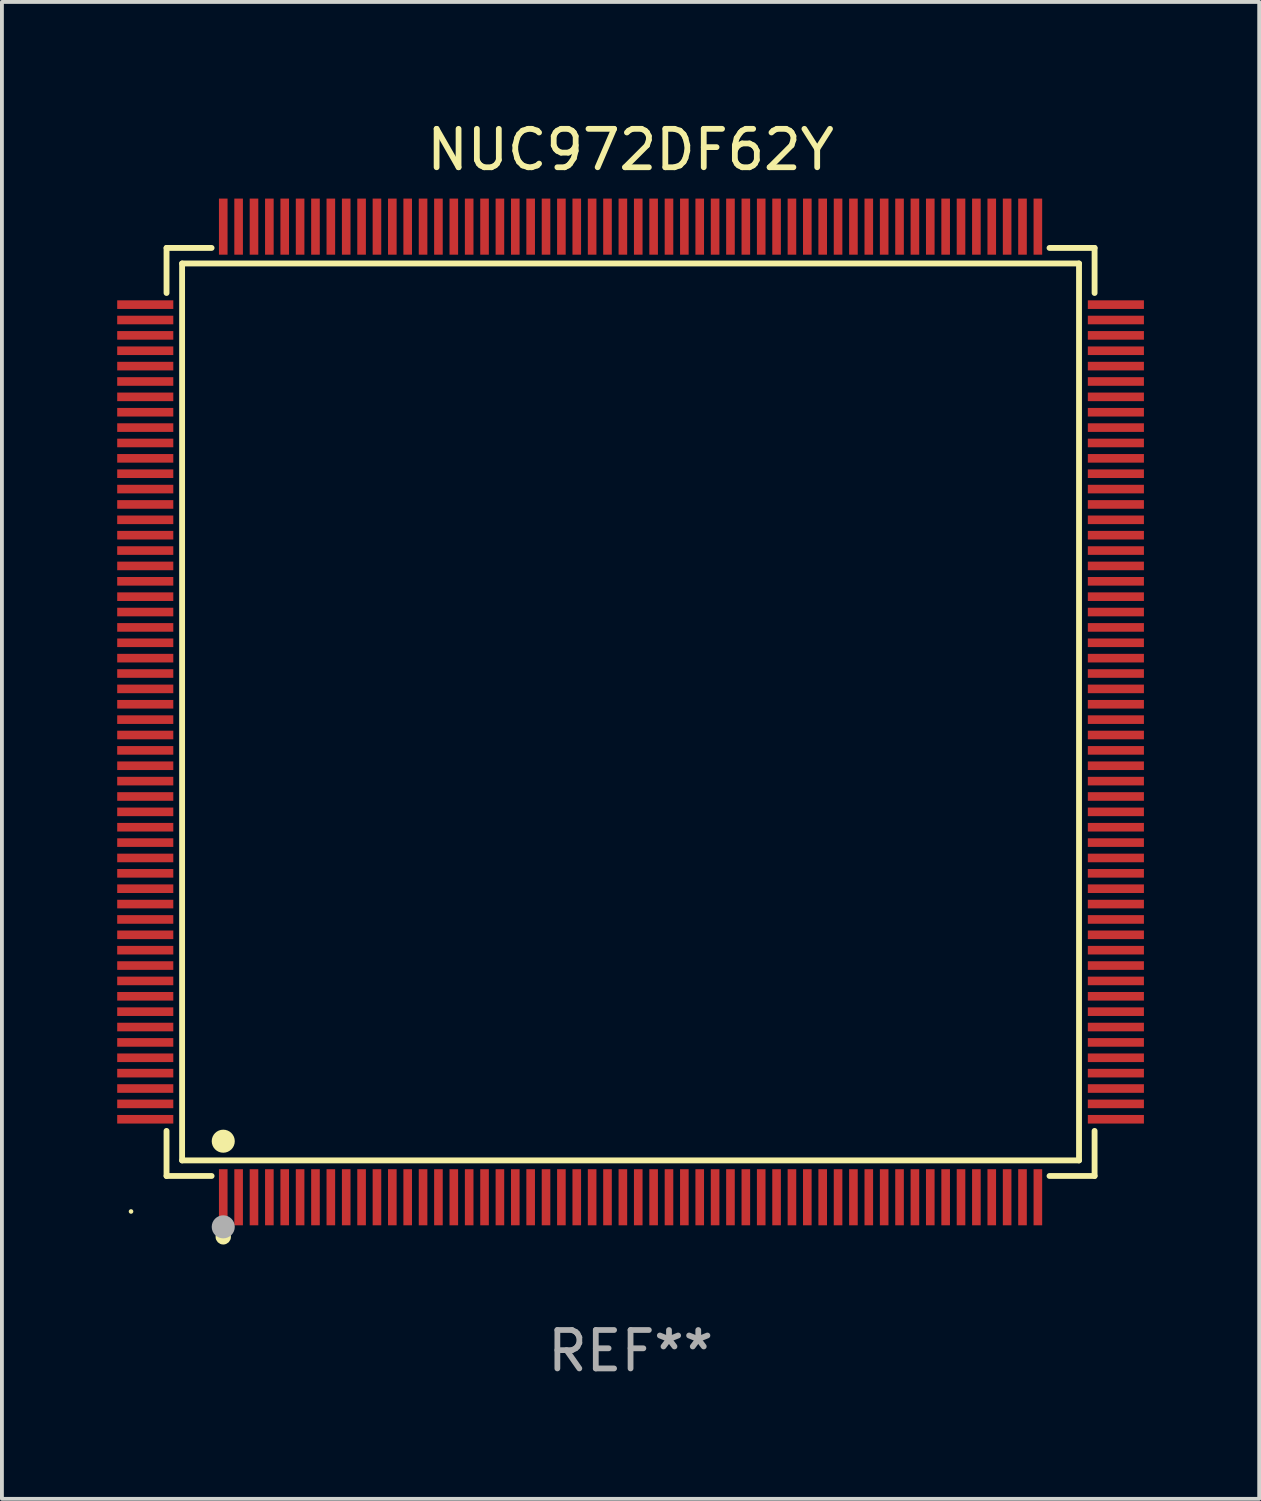
<source format=kicad_pcb>
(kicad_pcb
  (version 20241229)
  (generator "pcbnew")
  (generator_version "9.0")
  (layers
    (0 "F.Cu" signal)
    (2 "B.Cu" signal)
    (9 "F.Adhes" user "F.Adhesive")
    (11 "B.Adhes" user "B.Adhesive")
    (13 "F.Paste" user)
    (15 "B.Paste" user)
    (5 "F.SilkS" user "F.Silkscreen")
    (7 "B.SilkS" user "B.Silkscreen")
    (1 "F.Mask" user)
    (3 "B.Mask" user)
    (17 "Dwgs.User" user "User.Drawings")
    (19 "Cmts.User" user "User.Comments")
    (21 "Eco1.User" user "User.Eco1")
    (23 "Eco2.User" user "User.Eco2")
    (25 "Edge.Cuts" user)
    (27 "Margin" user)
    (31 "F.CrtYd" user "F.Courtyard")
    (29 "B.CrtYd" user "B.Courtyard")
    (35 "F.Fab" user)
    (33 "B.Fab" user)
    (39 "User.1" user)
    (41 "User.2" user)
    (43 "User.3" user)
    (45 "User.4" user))
  (footprint "NUC972DF62Y"
    (layer "F.Cu")
    (at 13.36 15.478)
    (property "Reference" "NUC972DF62Y" (at 0 -14.63 0) (layer "F.SilkS") (effects (font (size 1 1) (thickness 0.15))))
    (attr through_hole)
    (fp_line (start -12.076 -12.076) (end -10.903 -12.076) (stroke (width 0.152) (type solid)) (layer "F.SilkS"))
    (fp_line (start -12.076 -10.903) (end -12.076 -12.076) (stroke (width 0.152) (type solid)) (layer "F.SilkS"))
    (fp_line (start -12.076 10.903) (end -12.076 12.076) (stroke (width 0.152) (type solid)) (layer "F.SilkS"))
    (fp_line (start -12.076 12.076) (end -10.903 12.076) (stroke (width 0.152) (type solid)) (layer "F.SilkS"))
    (fp_line (start -11.671 -11.671) (end 11.671 -11.671) (stroke (width 0.152) (type solid)) (layer "F.SilkS"))
    (fp_line (start -11.671 11.671) (end -11.671 -11.671) (stroke (width 0.152) (type solid)) (layer "F.SilkS"))
    (fp_line (start 11.671 -11.671) (end 11.671 11.671) (stroke (width 0.152) (type solid)) (layer "F.SilkS"))
    (fp_line (start 11.671 11.671) (end -11.671 11.671) (stroke (width 0.152) (type solid)) (layer "F.SilkS"))
    (fp_line (start 12.076 -12.076) (end 10.903 -12.076) (stroke (width 0.152) (type solid)) (layer "F.SilkS"))
    (fp_line (start 12.076 -10.903) (end 12.076 -12.076) (stroke (width 0.152) (type solid)) (layer "F.SilkS"))
    (fp_line (start 12.076 10.903) (end 12.076 12.076) (stroke (width 0.152) (type solid)) (layer "F.SilkS"))
    (fp_line (start 12.076 12.076) (end 10.903 12.076) (stroke (width 0.152) (type solid)) (layer "F.SilkS"))
    (fp_circle (center -13 13) (end -12.97 13) (stroke (width 0.06) (type solid)) (fill no) (layer "F.SilkS"))
    (fp_circle (center -10.6 11.171) (end -10.45 11.171) (stroke (width 0.3) (type solid)) (fill no) (layer "F.SilkS"))
    (fp_circle (center -10.6 13.66) (end -10.5 13.66) (stroke (width 0.2) (type solid)) (fill no) (layer "F.SilkS"))
    (fp_circle (center -10.6 13.4) (end -10.45 13.4) (stroke (width 0.3) (type solid)) (fill no) (layer "F.Fab"))
    (fp_text user "REF**" (at 0 16.63 0) (layer "F.Fab") (effects (font (size 1 1) (thickness 0.15))))
    (pad "1" smd rect (at -10.6 12.63) (size 0.224 1.46) (layers "F.Cu" "F.Mask" "F.Paste"))
    (pad "2" smd rect (at -10.2 12.63) (size 0.224 1.46) (layers "F.Cu" "F.Mask" "F.Paste"))
    (pad "3" smd rect (at -9.8 12.63) (size 0.224 1.46) (layers "F.Cu" "F.Mask" "F.Paste"))
    (pad "4" smd rect (at -9.4 12.63) (size 0.224 1.46) (layers "F.Cu" "F.Mask" "F.Paste"))
    (pad "5" smd rect (at -9 12.63) (size 0.224 1.46) (layers "F.Cu" "F.Mask" "F.Paste"))
    (pad "6" smd rect (at -8.6 12.63) (size 0.224 1.46) (layers "F.Cu" "F.Mask" "F.Paste"))
    (pad "7" smd rect (at -8.2 12.63) (size 0.224 1.46) (layers "F.Cu" "F.Mask" "F.Paste"))
    (pad "8" smd rect (at -7.8 12.63) (size 0.224 1.46) (layers "F.Cu" "F.Mask" "F.Paste"))
    (pad "9" smd rect (at -7.4 12.63) (size 0.224 1.46) (layers "F.Cu" "F.Mask" "F.Paste"))
    (pad "10" smd rect (at -7 12.63) (size 0.224 1.46) (layers "F.Cu" "F.Mask" "F.Paste"))
    (pad "11" smd rect (at -6.6 12.63) (size 0.224 1.46) (layers "F.Cu" "F.Mask" "F.Paste"))
    (pad "12" smd rect (at -6.2 12.63) (size 0.224 1.46) (layers "F.Cu" "F.Mask" "F.Paste"))
    (pad "13" smd rect (at -5.8 12.63) (size 0.224 1.46) (layers "F.Cu" "F.Mask" "F.Paste"))
    (pad "14" smd rect (at -5.4 12.63) (size 0.224 1.46) (layers "F.Cu" "F.Mask" "F.Paste"))
    (pad "15" smd rect (at -5 12.63) (size 0.224 1.46) (layers "F.Cu" "F.Mask" "F.Paste"))
    (pad "16" smd rect (at -4.6 12.63) (size 0.224 1.46) (layers "F.Cu" "F.Mask" "F.Paste"))
    (pad "17" smd rect (at -4.2 12.63) (size 0.224 1.46) (layers "F.Cu" "F.Mask" "F.Paste"))
    (pad "18" smd rect (at -3.8 12.63) (size 0.224 1.46) (layers "F.Cu" "F.Mask" "F.Paste"))
    (pad "19" smd rect (at -3.4 12.63) (size 0.224 1.46) (layers "F.Cu" "F.Mask" "F.Paste"))
    (pad "20" smd rect (at -3 12.63) (size 0.224 1.46) (layers "F.Cu" "F.Mask" "F.Paste"))
    (pad "21" smd rect (at -2.6 12.63) (size 0.224 1.46) (layers "F.Cu" "F.Mask" "F.Paste"))
    (pad "22" smd rect (at -2.2 12.63) (size 0.224 1.46) (layers "F.Cu" "F.Mask" "F.Paste"))
    (pad "23" smd rect (at -1.8 12.63) (size 0.224 1.46) (layers "F.Cu" "F.Mask" "F.Paste"))
    (pad "24" smd rect (at -1.4 12.63) (size 0.224 1.46) (layers "F.Cu" "F.Mask" "F.Paste"))
    (pad "25" smd rect (at -1 12.63) (size 0.224 1.46) (layers "F.Cu" "F.Mask" "F.Paste"))
    (pad "26" smd rect (at -0.6 12.63) (size 0.224 1.46) (layers "F.Cu" "F.Mask" "F.Paste"))
    (pad "27" smd rect (at -0.2 12.63) (size 0.224 1.46) (layers "F.Cu" "F.Mask" "F.Paste"))
    (pad "28" smd rect (at 0.2 12.63) (size 0.224 1.46) (layers "F.Cu" "F.Mask" "F.Paste"))
    (pad "29" smd rect (at 0.6 12.63) (size 0.224 1.46) (layers "F.Cu" "F.Mask" "F.Paste"))
    (pad "30" smd rect (at 1 12.63) (size 0.224 1.46) (layers "F.Cu" "F.Mask" "F.Paste"))
    (pad "31" smd rect (at 1.4 12.63) (size 0.224 1.46) (layers "F.Cu" "F.Mask" "F.Paste"))
    (pad "32" smd rect (at 1.8 12.63) (size 0.224 1.46) (layers "F.Cu" "F.Mask" "F.Paste"))
    (pad "33" smd rect (at 2.2 12.63) (size 0.224 1.46) (layers "F.Cu" "F.Mask" "F.Paste"))
    (pad "34" smd rect (at 2.6 12.63) (size 0.224 1.46) (layers "F.Cu" "F.Mask" "F.Paste"))
    (pad "35" smd rect (at 3 12.63) (size 0.224 1.46) (layers "F.Cu" "F.Mask" "F.Paste"))
    (pad "36" smd rect (at 3.4 12.63) (size 0.224 1.46) (layers "F.Cu" "F.Mask" "F.Paste"))
    (pad "37" smd rect (at 3.8 12.63) (size 0.224 1.46) (layers "F.Cu" "F.Mask" "F.Paste"))
    (pad "38" smd rect (at 4.2 12.63) (size 0.224 1.46) (layers "F.Cu" "F.Mask" "F.Paste"))
    (pad "39" smd rect (at 4.6 12.63) (size 0.224 1.46) (layers "F.Cu" "F.Mask" "F.Paste"))
    (pad "40" smd rect (at 5 12.63) (size 0.224 1.46) (layers "F.Cu" "F.Mask" "F.Paste"))
    (pad "41" smd rect (at 5.4 12.63) (size 0.224 1.46) (layers "F.Cu" "F.Mask" "F.Paste"))
    (pad "42" smd rect (at 5.8 12.63) (size 0.224 1.46) (layers "F.Cu" "F.Mask" "F.Paste"))
    (pad "43" smd rect (at 6.2 12.63) (size 0.224 1.46) (layers "F.Cu" "F.Mask" "F.Paste"))
    (pad "44" smd rect (at 6.6 12.63) (size 0.224 1.46) (layers "F.Cu" "F.Mask" "F.Paste"))
    (pad "45" smd rect (at 7 12.63) (size 0.224 1.46) (layers "F.Cu" "F.Mask" "F.Paste"))
    (pad "46" smd rect (at 7.4 12.63) (size 0.224 1.46) (layers "F.Cu" "F.Mask" "F.Paste"))
    (pad "47" smd rect (at 7.8 12.63) (size 0.224 1.46) (layers "F.Cu" "F.Mask" "F.Paste"))
    (pad "48" smd rect (at 8.2 12.63) (size 0.224 1.46) (layers "F.Cu" "F.Mask" "F.Paste"))
    (pad "49" smd rect (at 8.6 12.63) (size 0.224 1.46) (layers "F.Cu" "F.Mask" "F.Paste"))
    (pad "50" smd rect (at 9 12.63) (size 0.224 1.46) (layers "F.Cu" "F.Mask" "F.Paste"))
    (pad "51" smd rect (at 9.4 12.63) (size 0.224 1.46) (layers "F.Cu" "F.Mask" "F.Paste"))
    (pad "52" smd rect (at 9.8 12.63) (size 0.224 1.46) (layers "F.Cu" "F.Mask" "F.Paste"))
    (pad "53" smd rect (at 10.2 12.63) (size 0.224 1.46) (layers "F.Cu" "F.Mask" "F.Paste"))
    (pad "54" smd rect (at 10.6 12.63) (size 0.224 1.46) (layers "F.Cu" "F.Mask" "F.Paste"))
    (pad "55" smd rect (at 12.63 10.6) (size 1.46 0.224) (layers "F.Cu" "F.Mask" "F.Paste"))
    (pad "56" smd rect (at 12.63 10.2) (size 1.46 0.224) (layers "F.Cu" "F.Mask" "F.Paste"))
    (pad "57" smd rect (at 12.63 9.8) (size 1.46 0.224) (layers "F.Cu" "F.Mask" "F.Paste"))
    (pad "58" smd rect (at 12.63 9.4) (size 1.46 0.224) (layers "F.Cu" "F.Mask" "F.Paste"))
    (pad "59" smd rect (at 12.63 9) (size 1.46 0.224) (layers "F.Cu" "F.Mask" "F.Paste"))
    (pad "60" smd rect (at 12.63 8.6) (size 1.46 0.224) (layers "F.Cu" "F.Mask" "F.Paste"))
    (pad "61" smd rect (at 12.63 8.2) (size 1.46 0.224) (layers "F.Cu" "F.Mask" "F.Paste"))
    (pad "62" smd rect (at 12.63 7.8) (size 1.46 0.224) (layers "F.Cu" "F.Mask" "F.Paste"))
    (pad "63" smd rect (at 12.63 7.4) (size 1.46 0.224) (layers "F.Cu" "F.Mask" "F.Paste"))
    (pad "64" smd rect (at 12.63 7) (size 1.46 0.224) (layers "F.Cu" "F.Mask" "F.Paste"))
    (pad "65" smd rect (at 12.63 6.6) (size 1.46 0.224) (layers "F.Cu" "F.Mask" "F.Paste"))
    (pad "66" smd rect (at 12.63 6.2) (size 1.46 0.224) (layers "F.Cu" "F.Mask" "F.Paste"))
    (pad "67" smd rect (at 12.63 5.8) (size 1.46 0.224) (layers "F.Cu" "F.Mask" "F.Paste"))
    (pad "68" smd rect (at 12.63 5.4) (size 1.46 0.224) (layers "F.Cu" "F.Mask" "F.Paste"))
    (pad "69" smd rect (at 12.63 5) (size 1.46 0.224) (layers "F.Cu" "F.Mask" "F.Paste"))
    (pad "70" smd rect (at 12.63 4.6) (size 1.46 0.224) (layers "F.Cu" "F.Mask" "F.Paste"))
    (pad "71" smd rect (at 12.63 4.2) (size 1.46 0.224) (layers "F.Cu" "F.Mask" "F.Paste"))
    (pad "72" smd rect (at 12.63 3.8) (size 1.46 0.224) (layers "F.Cu" "F.Mask" "F.Paste"))
    (pad "73" smd rect (at 12.63 3.4) (size 1.46 0.224) (layers "F.Cu" "F.Mask" "F.Paste"))
    (pad "74" smd rect (at 12.63 3) (size 1.46 0.224) (layers "F.Cu" "F.Mask" "F.Paste"))
    (pad "75" smd rect (at 12.63 2.6) (size 1.46 0.224) (layers "F.Cu" "F.Mask" "F.Paste"))
    (pad "76" smd rect (at 12.63 2.2) (size 1.46 0.224) (layers "F.Cu" "F.Mask" "F.Paste"))
    (pad "77" smd rect (at 12.63 1.8) (size 1.46 0.224) (layers "F.Cu" "F.Mask" "F.Paste"))
    (pad "78" smd rect (at 12.63 1.4) (size 1.46 0.224) (layers "F.Cu" "F.Mask" "F.Paste"))
    (pad "79" smd rect (at 12.63 1) (size 1.46 0.224) (layers "F.Cu" "F.Mask" "F.Paste"))
    (pad "80" smd rect (at 12.63 0.6) (size 1.46 0.224) (layers "F.Cu" "F.Mask" "F.Paste"))
    (pad "81" smd rect (at 12.63 0.2) (size 1.46 0.224) (layers "F.Cu" "F.Mask" "F.Paste"))
    (pad "82" smd rect (at 12.63 -0.2) (size 1.46 0.224) (layers "F.Cu" "F.Mask" "F.Paste"))
    (pad "83" smd rect (at 12.63 -0.6) (size 1.46 0.224) (layers "F.Cu" "F.Mask" "F.Paste"))
    (pad "84" smd rect (at 12.63 -1) (size 1.46 0.224) (layers "F.Cu" "F.Mask" "F.Paste"))
    (pad "85" smd rect (at 12.63 -1.4) (size 1.46 0.224) (layers "F.Cu" "F.Mask" "F.Paste"))
    (pad "86" smd rect (at 12.63 -1.8) (size 1.46 0.224) (layers "F.Cu" "F.Mask" "F.Paste"))
    (pad "87" smd rect (at 12.63 -2.2) (size 1.46 0.224) (layers "F.Cu" "F.Mask" "F.Paste"))
    (pad "88" smd rect (at 12.63 -2.6) (size 1.46 0.224) (layers "F.Cu" "F.Mask" "F.Paste"))
    (pad "89" smd rect (at 12.63 -3) (size 1.46 0.224) (layers "F.Cu" "F.Mask" "F.Paste"))
    (pad "90" smd rect (at 12.63 -3.4) (size 1.46 0.224) (layers "F.Cu" "F.Mask" "F.Paste"))
    (pad "91" smd rect (at 12.63 -3.8) (size 1.46 0.224) (layers "F.Cu" "F.Mask" "F.Paste"))
    (pad "92" smd rect (at 12.63 -4.2) (size 1.46 0.224) (layers "F.Cu" "F.Mask" "F.Paste"))
    (pad "93" smd rect (at 12.63 -4.6) (size 1.46 0.224) (layers "F.Cu" "F.Mask" "F.Paste"))
    (pad "94" smd rect (at 12.63 -5) (size 1.46 0.224) (layers "F.Cu" "F.Mask" "F.Paste"))
    (pad "95" smd rect (at 12.63 -5.4) (size 1.46 0.224) (layers "F.Cu" "F.Mask" "F.Paste"))
    (pad "96" smd rect (at 12.63 -5.8) (size 1.46 0.224) (layers "F.Cu" "F.Mask" "F.Paste"))
    (pad "97" smd rect (at 12.63 -6.2) (size 1.46 0.224) (layers "F.Cu" "F.Mask" "F.Paste"))
    (pad "98" smd rect (at 12.63 -6.6) (size 1.46 0.224) (layers "F.Cu" "F.Mask" "F.Paste"))
    (pad "99" smd rect (at 12.63 -7) (size 1.46 0.224) (layers "F.Cu" "F.Mask" "F.Paste"))
    (pad "100" smd rect (at 12.63 -7.4) (size 1.46 0.224) (layers "F.Cu" "F.Mask" "F.Paste"))
    (pad "101" smd rect (at 12.63 -7.8) (size 1.46 0.224) (layers "F.Cu" "F.Mask" "F.Paste"))
    (pad "102" smd rect (at 12.63 -8.2) (size 1.46 0.224) (layers "F.Cu" "F.Mask" "F.Paste"))
    (pad "103" smd rect (at 12.63 -8.6) (size 1.46 0.224) (layers "F.Cu" "F.Mask" "F.Paste"))
    (pad "104" smd rect (at 12.63 -9) (size 1.46 0.224) (layers "F.Cu" "F.Mask" "F.Paste"))
    (pad "105" smd rect (at 12.63 -9.4) (size 1.46 0.224) (layers "F.Cu" "F.Mask" "F.Paste"))
    (pad "106" smd rect (at 12.63 -9.8) (size 1.46 0.224) (layers "F.Cu" "F.Mask" "F.Paste"))
    (pad "107" smd rect (at 12.63 -10.2) (size 1.46 0.224) (layers "F.Cu" "F.Mask" "F.Paste"))
    (pad "108" smd rect (at 12.63 -10.6) (size 1.46 0.224) (layers "F.Cu" "F.Mask" "F.Paste"))
    (pad "109" smd rect (at 10.6 -12.63) (size 0.224 1.46) (layers "F.Cu" "F.Mask" "F.Paste"))
    (pad "110" smd rect (at 10.2 -12.63) (size 0.224 1.46) (layers "F.Cu" "F.Mask" "F.Paste"))
    (pad "111" smd rect (at 9.8 -12.63) (size 0.224 1.46) (layers "F.Cu" "F.Mask" "F.Paste"))
    (pad "112" smd rect (at 9.4 -12.63) (size 0.224 1.46) (layers "F.Cu" "F.Mask" "F.Paste"))
    (pad "113" smd rect (at 9 -12.63) (size 0.224 1.46) (layers "F.Cu" "F.Mask" "F.Paste"))
    (pad "114" smd rect (at 8.6 -12.63) (size 0.224 1.46) (layers "F.Cu" "F.Mask" "F.Paste"))
    (pad "115" smd rect (at 8.2 -12.63) (size 0.224 1.46) (layers "F.Cu" "F.Mask" "F.Paste"))
    (pad "116" smd rect (at 7.8 -12.63) (size 0.224 1.46) (layers "F.Cu" "F.Mask" "F.Paste"))
    (pad "117" smd rect (at 7.4 -12.63) (size 0.224 1.46) (layers "F.Cu" "F.Mask" "F.Paste"))
    (pad "118" smd rect (at 7 -12.63) (size 0.224 1.46) (layers "F.Cu" "F.Mask" "F.Paste"))
    (pad "119" smd rect (at 6.6 -12.63) (size 0.224 1.46) (layers "F.Cu" "F.Mask" "F.Paste"))
    (pad "120" smd rect (at 6.2 -12.63) (size 0.224 1.46) (layers "F.Cu" "F.Mask" "F.Paste"))
    (pad "121" smd rect (at 5.8 -12.63) (size 0.224 1.46) (layers "F.Cu" "F.Mask" "F.Paste"))
    (pad "122" smd rect (at 5.4 -12.63) (size 0.224 1.46) (layers "F.Cu" "F.Mask" "F.Paste"))
    (pad "123" smd rect (at 5 -12.63) (size 0.224 1.46) (layers "F.Cu" "F.Mask" "F.Paste"))
    (pad "124" smd rect (at 4.6 -12.63) (size 0.224 1.46) (layers "F.Cu" "F.Mask" "F.Paste"))
    (pad "125" smd rect (at 4.2 -12.63) (size 0.224 1.46) (layers "F.Cu" "F.Mask" "F.Paste"))
    (pad "126" smd rect (at 3.8 -12.63) (size 0.224 1.46) (layers "F.Cu" "F.Mask" "F.Paste"))
    (pad "127" smd rect (at 3.4 -12.63) (size 0.224 1.46) (layers "F.Cu" "F.Mask" "F.Paste"))
    (pad "128" smd rect (at 3 -12.63) (size 0.224 1.46) (layers "F.Cu" "F.Mask" "F.Paste"))
    (pad "129" smd rect (at 2.6 -12.63) (size 0.224 1.46) (layers "F.Cu" "F.Mask" "F.Paste"))
    (pad "130" smd rect (at 2.2 -12.63) (size 0.224 1.46) (layers "F.Cu" "F.Mask" "F.Paste"))
    (pad "131" smd rect (at 1.8 -12.63) (size 0.224 1.46) (layers "F.Cu" "F.Mask" "F.Paste"))
    (pad "132" smd rect (at 1.4 -12.63) (size 0.224 1.46) (layers "F.Cu" "F.Mask" "F.Paste"))
    (pad "133" smd rect (at 1 -12.63) (size 0.224 1.46) (layers "F.Cu" "F.Mask" "F.Paste"))
    (pad "134" smd rect (at 0.6 -12.63) (size 0.224 1.46) (layers "F.Cu" "F.Mask" "F.Paste"))
    (pad "135" smd rect (at 0.2 -12.63) (size 0.224 1.46) (layers "F.Cu" "F.Mask" "F.Paste"))
    (pad "136" smd rect (at -0.2 -12.63) (size 0.224 1.46) (layers "F.Cu" "F.Mask" "F.Paste"))
    (pad "137" smd rect (at -0.6 -12.63) (size 0.224 1.46) (layers "F.Cu" "F.Mask" "F.Paste"))
    (pad "138" smd rect (at -1 -12.63) (size 0.224 1.46) (layers "F.Cu" "F.Mask" "F.Paste"))
    (pad "139" smd rect (at -1.4 -12.63) (size 0.224 1.46) (layers "F.Cu" "F.Mask" "F.Paste"))
    (pad "140" smd rect (at -1.8 -12.63) (size 0.224 1.46) (layers "F.Cu" "F.Mask" "F.Paste"))
    (pad "141" smd rect (at -2.2 -12.63) (size 0.224 1.46) (layers "F.Cu" "F.Mask" "F.Paste"))
    (pad "142" smd rect (at -2.6 -12.63) (size 0.224 1.46) (layers "F.Cu" "F.Mask" "F.Paste"))
    (pad "143" smd rect (at -3 -12.63) (size 0.224 1.46) (layers "F.Cu" "F.Mask" "F.Paste"))
    (pad "144" smd rect (at -3.4 -12.63) (size 0.224 1.46) (layers "F.Cu" "F.Mask" "F.Paste"))
    (pad "145" smd rect (at -3.8 -12.63) (size 0.224 1.46) (layers "F.Cu" "F.Mask" "F.Paste"))
    (pad "146" smd rect (at -4.2 -12.63) (size 0.224 1.46) (layers "F.Cu" "F.Mask" "F.Paste"))
    (pad "147" smd rect (at -4.6 -12.63) (size 0.224 1.46) (layers "F.Cu" "F.Mask" "F.Paste"))
    (pad "148" smd rect (at -5 -12.63) (size 0.224 1.46) (layers "F.Cu" "F.Mask" "F.Paste"))
    (pad "149" smd rect (at -5.4 -12.63) (size 0.224 1.46) (layers "F.Cu" "F.Mask" "F.Paste"))
    (pad "150" smd rect (at -5.8 -12.63) (size 0.224 1.46) (layers "F.Cu" "F.Mask" "F.Paste"))
    (pad "151" smd rect (at -6.2 -12.63) (size 0.224 1.46) (layers "F.Cu" "F.Mask" "F.Paste"))
    (pad "152" smd rect (at -6.6 -12.63) (size 0.224 1.46) (layers "F.Cu" "F.Mask" "F.Paste"))
    (pad "153" smd rect (at -7 -12.63) (size 0.224 1.46) (layers "F.Cu" "F.Mask" "F.Paste"))
    (pad "154" smd rect (at -7.4 -12.63) (size 0.224 1.46) (layers "F.Cu" "F.Mask" "F.Paste"))
    (pad "155" smd rect (at -7.8 -12.63) (size 0.224 1.46) (layers "F.Cu" "F.Mask" "F.Paste"))
    (pad "156" smd rect (at -8.2 -12.63) (size 0.224 1.46) (layers "F.Cu" "F.Mask" "F.Paste"))
    (pad "157" smd rect (at -8.6 -12.63) (size 0.224 1.46) (layers "F.Cu" "F.Mask" "F.Paste"))
    (pad "158" smd rect (at -9 -12.63) (size 0.224 1.46) (layers "F.Cu" "F.Mask" "F.Paste"))
    (pad "159" smd rect (at -9.4 -12.63) (size 0.224 1.46) (layers "F.Cu" "F.Mask" "F.Paste"))
    (pad "160" smd rect (at -9.8 -12.63) (size 0.224 1.46) (layers "F.Cu" "F.Mask" "F.Paste"))
    (pad "161" smd rect (at -10.2 -12.63) (size 0.224 1.46) (layers "F.Cu" "F.Mask" "F.Paste"))
    (pad "162" smd rect (at -10.6 -12.63) (size 0.224 1.46) (layers "F.Cu" "F.Mask" "F.Paste"))
    (pad "163" smd rect (at -12.63 -10.6) (size 1.46 0.224) (layers "F.Cu" "F.Mask" "F.Paste"))
    (pad "164" smd rect (at -12.63 -10.2) (size 1.46 0.224) (layers "F.Cu" "F.Mask" "F.Paste"))
    (pad "165" smd rect (at -12.63 -9.8) (size 1.46 0.224) (layers "F.Cu" "F.Mask" "F.Paste"))
    (pad "166" smd rect (at -12.63 -9.4) (size 1.46 0.224) (layers "F.Cu" "F.Mask" "F.Paste"))
    (pad "167" smd rect (at -12.63 -9) (size 1.46 0.224) (layers "F.Cu" "F.Mask" "F.Paste"))
    (pad "168" smd rect (at -12.63 -8.6) (size 1.46 0.224) (layers "F.Cu" "F.Mask" "F.Paste"))
    (pad "169" smd rect (at -12.63 -8.2) (size 1.46 0.224) (layers "F.Cu" "F.Mask" "F.Paste"))
    (pad "170" smd rect (at -12.63 -7.8) (size 1.46 0.224) (layers "F.Cu" "F.Mask" "F.Paste"))
    (pad "171" smd rect (at -12.63 -7.4) (size 1.46 0.224) (layers "F.Cu" "F.Mask" "F.Paste"))
    (pad "172" smd rect (at -12.63 -7) (size 1.46 0.224) (layers "F.Cu" "F.Mask" "F.Paste"))
    (pad "173" smd rect (at -12.63 -6.6) (size 1.46 0.224) (layers "F.Cu" "F.Mask" "F.Paste"))
    (pad "174" smd rect (at -12.63 -6.2) (size 1.46 0.224) (layers "F.Cu" "F.Mask" "F.Paste"))
    (pad "175" smd rect (at -12.63 -5.8) (size 1.46 0.224) (layers "F.Cu" "F.Mask" "F.Paste"))
    (pad "176" smd rect (at -12.63 -5.4) (size 1.46 0.224) (layers "F.Cu" "F.Mask" "F.Paste"))
    (pad "177" smd rect (at -12.63 -5) (size 1.46 0.224) (layers "F.Cu" "F.Mask" "F.Paste"))
    (pad "178" smd rect (at -12.63 -4.6) (size 1.46 0.224) (layers "F.Cu" "F.Mask" "F.Paste"))
    (pad "179" smd rect (at -12.63 -4.2) (size 1.46 0.224) (layers "F.Cu" "F.Mask" "F.Paste"))
    (pad "180" smd rect (at -12.63 -3.8) (size 1.46 0.224) (layers "F.Cu" "F.Mask" "F.Paste"))
    (pad "181" smd rect (at -12.63 -3.4) (size 1.46 0.224) (layers "F.Cu" "F.Mask" "F.Paste"))
    (pad "182" smd rect (at -12.63 -3) (size 1.46 0.224) (layers "F.Cu" "F.Mask" "F.Paste"))
    (pad "183" smd rect (at -12.63 -2.6) (size 1.46 0.224) (layers "F.Cu" "F.Mask" "F.Paste"))
    (pad "184" smd rect (at -12.63 -2.2) (size 1.46 0.224) (layers "F.Cu" "F.Mask" "F.Paste"))
    (pad "185" smd rect (at -12.63 -1.8) (size 1.46 0.224) (layers "F.Cu" "F.Mask" "F.Paste"))
    (pad "186" smd rect (at -12.63 -1.4) (size 1.46 0.224) (layers "F.Cu" "F.Mask" "F.Paste"))
    (pad "187" smd rect (at -12.63 -1) (size 1.46 0.224) (layers "F.Cu" "F.Mask" "F.Paste"))
    (pad "188" smd rect (at -12.63 -0.6) (size 1.46 0.224) (layers "F.Cu" "F.Mask" "F.Paste"))
    (pad "189" smd rect (at -12.63 -0.2) (size 1.46 0.224) (layers "F.Cu" "F.Mask" "F.Paste"))
    (pad "190" smd rect (at -12.63 0.2) (size 1.46 0.224) (layers "F.Cu" "F.Mask" "F.Paste"))
    (pad "191" smd rect (at -12.63 0.6) (size 1.46 0.224) (layers "F.Cu" "F.Mask" "F.Paste"))
    (pad "192" smd rect (at -12.63 1) (size 1.46 0.224) (layers "F.Cu" "F.Mask" "F.Paste"))
    (pad "193" smd rect (at -12.63 1.4) (size 1.46 0.224) (layers "F.Cu" "F.Mask" "F.Paste"))
    (pad "194" smd rect (at -12.63 1.8) (size 1.46 0.224) (layers "F.Cu" "F.Mask" "F.Paste"))
    (pad "195" smd rect (at -12.63 2.2) (size 1.46 0.224) (layers "F.Cu" "F.Mask" "F.Paste"))
    (pad "196" smd rect (at -12.63 2.6) (size 1.46 0.224) (layers "F.Cu" "F.Mask" "F.Paste"))
    (pad "197" smd rect (at -12.63 3) (size 1.46 0.224) (layers "F.Cu" "F.Mask" "F.Paste"))
    (pad "198" smd rect (at -12.63 3.4) (size 1.46 0.224) (layers "F.Cu" "F.Mask" "F.Paste"))
    (pad "199" smd rect (at -12.63 3.8) (size 1.46 0.224) (layers "F.Cu" "F.Mask" "F.Paste"))
    (pad "200" smd rect (at -12.63 4.2) (size 1.46 0.224) (layers "F.Cu" "F.Mask" "F.Paste"))
    (pad "201" smd rect (at -12.63 4.6) (size 1.46 0.224) (layers "F.Cu" "F.Mask" "F.Paste"))
    (pad "202" smd rect (at -12.63 5) (size 1.46 0.224) (layers "F.Cu" "F.Mask" "F.Paste"))
    (pad "203" smd rect (at -12.63 5.4) (size 1.46 0.224) (layers "F.Cu" "F.Mask" "F.Paste"))
    (pad "204" smd rect (at -12.63 5.8) (size 1.46 0.224) (layers "F.Cu" "F.Mask" "F.Paste"))
    (pad "205" smd rect (at -12.63 6.2) (size 1.46 0.224) (layers "F.Cu" "F.Mask" "F.Paste"))
    (pad "206" smd rect (at -12.63 6.6) (size 1.46 0.224) (layers "F.Cu" "F.Mask" "F.Paste"))
    (pad "207" smd rect (at -12.63 7) (size 1.46 0.224) (layers "F.Cu" "F.Mask" "F.Paste"))
    (pad "208" smd rect (at -12.63 7.4) (size 1.46 0.224) (layers "F.Cu" "F.Mask" "F.Paste"))
    (pad "209" smd rect (at -12.63 7.8) (size 1.46 0.224) (layers "F.Cu" "F.Mask" "F.Paste"))
    (pad "210" smd rect (at -12.63 8.2) (size 1.46 0.224) (layers "F.Cu" "F.Mask" "F.Paste"))
    (pad "211" smd rect (at -12.63 8.6) (size 1.46 0.224) (layers "F.Cu" "F.Mask" "F.Paste"))
    (pad "212" smd rect (at -12.63 9) (size 1.46 0.224) (layers "F.Cu" "F.Mask" "F.Paste"))
    (pad "213" smd rect (at -12.63 9.4) (size 1.46 0.224) (layers "F.Cu" "F.Mask" "F.Paste"))
    (pad "214" smd rect (at -12.63 9.8) (size 1.46 0.224) (layers "F.Cu" "F.Mask" "F.Paste"))
    (pad "215" smd rect (at -12.63 10.2) (size 1.46 0.224) (layers "F.Cu" "F.Mask" "F.Paste"))
    (pad "216" smd rect (at -12.63 10.6) (size 1.46 0.224) (layers "F.Cu" "F.Mask" "F.Paste")))
  (gr_rect
    (start -3 -3)
    (end 29.72 35.956)
    (stroke (width 0.1) (type default))
    (fill no)
    (layer "Edge.Cuts")))
</source>
